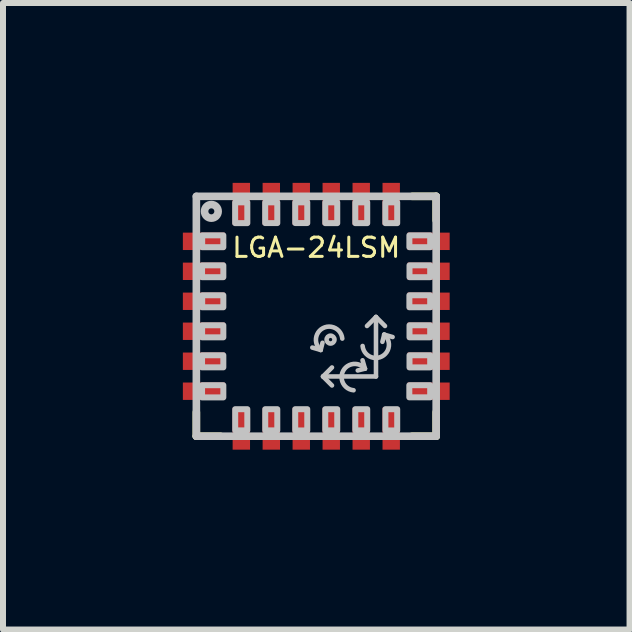
<source format=kicad_pcb>
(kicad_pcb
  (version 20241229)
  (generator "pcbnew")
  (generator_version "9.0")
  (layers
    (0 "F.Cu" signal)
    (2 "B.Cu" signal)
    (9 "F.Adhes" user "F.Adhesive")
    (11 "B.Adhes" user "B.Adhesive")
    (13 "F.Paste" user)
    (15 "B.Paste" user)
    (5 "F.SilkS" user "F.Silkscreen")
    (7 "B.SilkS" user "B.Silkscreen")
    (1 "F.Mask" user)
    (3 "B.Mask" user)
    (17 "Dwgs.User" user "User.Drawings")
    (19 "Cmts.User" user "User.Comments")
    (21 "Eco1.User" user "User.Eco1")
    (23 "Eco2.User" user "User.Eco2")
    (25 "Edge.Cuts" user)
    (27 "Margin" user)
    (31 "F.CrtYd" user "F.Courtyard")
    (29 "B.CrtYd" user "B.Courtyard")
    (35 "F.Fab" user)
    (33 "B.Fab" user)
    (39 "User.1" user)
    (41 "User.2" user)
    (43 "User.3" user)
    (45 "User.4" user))
  (footprint "LGA-24LSM"
    (layer "F.Cu")
    (at 2.225 2.225)
    (property "Reference" "LGA-24LSM" (at 0 -1.145 0) (layer "F.SilkS") (effects (font (size 0.321 0.321) (thickness 0.05))))
    (attr smd)
    (fp_line (start -2 2) (end -2 1.6) (stroke (width 0.127) (type solid)) (layer "F.SilkS"))
    (fp_line (start -2 2) (end -1.6 2) (stroke (width 0.127) (type solid)) (layer "F.SilkS"))
    (fp_line (start 2 -2) (end 1.6 -2) (stroke (width 0.127) (type solid)) (layer "F.SilkS"))
    (fp_line (start 2 -2) (end 2 -1.6) (stroke (width 0.127) (type solid)) (layer "F.SilkS"))
    (fp_line (start 2 2) (end 1.6 2) (stroke (width 0.127) (type solid)) (layer "F.SilkS"))
    (fp_line (start 2 2) (end 2 1.6) (stroke (width 0.127) (type solid)) (layer "F.SilkS"))
    (fp_line (start -2 -2) (end 2 -2) (stroke (width 0.127) (type solid)) (layer "Dwgs.User"))
    (fp_line (start -2 2) (end -2 -2) (stroke (width 0.127) (type solid)) (layer "Dwgs.User"))
    (fp_line (start 0.074 0.562) (end -0.066 0.522) (stroke (width 0.076) (type solid)) (layer "Dwgs.User"))
    (fp_line (start 0.074 0.562) (end 0.104 0.442) (stroke (width 0.076) (type solid)) (layer "Dwgs.User"))
    (fp_line (start 0.112 1.004) (end 0.262 0.854) (stroke (width 0.076) (type solid)) (layer "Dwgs.User"))
    (fp_line (start 0.112 1.004) (end 0.262 1.154) (stroke (width 0.076) (type solid)) (layer "Dwgs.User"))
    (fp_line (start 0.115 1.004) (end 0.996 1.004) (stroke (width 0.076) (type solid)) (layer "Dwgs.User"))
    (fp_line (start 0.812 0.874) (end 0.692 0.904) (stroke (width 0.076) (type solid)) (layer "Dwgs.User"))
    (fp_line (start 0.812 0.874) (end 0.772 0.734) (stroke (width 0.076) (type solid)) (layer "Dwgs.User"))
    (fp_line (start 0.996 0.012) (end 0.846 0.162) (stroke (width 0.076) (type solid)) (layer "Dwgs.User"))
    (fp_line (start 0.996 0.012) (end 0.996 1.004) (stroke (width 0.076) (type solid)) (layer "Dwgs.User"))
    (fp_line (start 0.996 0.012) (end 1.146 0.162) (stroke (width 0.076) (type solid)) (layer "Dwgs.User"))
    (fp_line (start 1.133 0.306) (end 1.103 0.426) (stroke (width 0.076) (type solid)) (layer "Dwgs.User"))
    (fp_line (start 1.133 0.306) (end 1.273 0.346) (stroke (width 0.076) (type solid)) (layer "Dwgs.User"))
    (fp_line (start 2 -2) (end 2 2) (stroke (width 0.127) (type solid)) (layer "Dwgs.User"))
    (fp_line (start 2 2) (end -2 2) (stroke (width 0.127) (type solid)) (layer "Dwgs.User"))
    (fp_arc (start 0.074 0.562) (mid 0.111823 0.197611) (end 0.434 0.372001) (stroke (width 0.0762) (type solid)) (layer "Dwgs.User"))
    (fp_arc (start 0.622001 1.234) (mid 0.447611 0.911823) (end 0.812 0.874) (stroke (width 0.0762) (type solid)) (layer "Dwgs.User"))
    (fp_arc (start 1.1326 0.3056) (mid 1.094777 0.669989) (end 0.7726 0.495599) (stroke (width 0.0762) (type solid)) (layer "Dwgs.User"))
    (fp_circle (center -1.75 -1.75) (end -1.7 -1.75) (stroke (width 0.127) (type solid)) (fill no) (layer "Dwgs.User"))
    (fp_circle (center 0.238 0.389) (end 0.266 0.389) (stroke (width 0.076) (type solid)) (fill no) (layer "Dwgs.User"))
    (fp_poly (pts (xy -1.905 -0.85) (xy -1.55 -0.85) (xy -1.55 -0.652) (xy -1.905 -0.652)) (stroke (width 0.1) (type solid)) (fill no) (layer "Dwgs.User"))
    (fp_poly (pts (xy -1.905 0.65) (xy -1.55 0.65) (xy -1.55 0.852) (xy -1.905 0.852)) (stroke (width 0.1) (type solid)) (fill no) (layer "Dwgs.User"))
    (fp_poly (pts (xy -1.905 1.15) (xy -1.55 1.15) (xy -1.55 1.353) (xy -1.905 1.353)) (stroke (width 0.1) (type solid)) (fill no) (layer "Dwgs.User"))
    (fp_poly (pts (xy -1.904 0.15) (xy -1.55 0.15) (xy -1.55 0.351) (xy -1.904 0.351)) (stroke (width 0.1) (type solid)) (fill no) (layer "Dwgs.User"))
    (fp_poly (pts (xy -1.903 -0.35) (xy -1.55 -0.35) (xy -1.55 -0.15) (xy -1.903 -0.15)) (stroke (width 0.1) (type solid)) (fill no) (layer "Dwgs.User"))
    (fp_poly (pts (xy -1.903 -1.35) (xy -1.55 -1.35) (xy -1.55 -1.152) (xy -1.903 -1.152)) (stroke (width 0.1) (type solid)) (fill no) (layer "Dwgs.User"))
    (fp_poly (pts (xy -1.352 1.55) (xy -1.15 1.55) (xy -1.15 1.903) (xy -1.352 1.903)) (stroke (width 0.1) (type solid)) (fill no) (layer "Dwgs.User"))
    (fp_poly (pts (xy -1.15 -1.553) (xy -1.353 -1.553) (xy -1.353 -1.9) (xy -1.15 -1.9)) (stroke (width 0.1) (type solid)) (fill no) (layer "Dwgs.User"))
    (fp_poly (pts (xy -0.851 1.55) (xy -0.65 1.55) (xy -0.65 1.903) (xy -0.851 1.903)) (stroke (width 0.1) (type solid)) (fill no) (layer "Dwgs.User"))
    (fp_poly (pts (xy -0.65 -1.554) (xy -0.852 -1.554) (xy -0.852 -1.9) (xy -0.65 -1.9)) (stroke (width 0.1) (type solid)) (fill no) (layer "Dwgs.User"))
    (fp_poly (pts (xy -0.351 1.55) (xy -0.15 1.55) (xy -0.15 1.905) (xy -0.351 1.905)) (stroke (width 0.1) (type solid)) (fill no) (layer "Dwgs.User"))
    (fp_poly (pts (xy -0.15 -1.555) (xy -0.351 -1.555) (xy -0.351 -1.9) (xy -0.15 -1.9)) (stroke (width 0.1) (type solid)) (fill no) (layer "Dwgs.User"))
    (fp_poly (pts (xy 0.15 1.55) (xy 0.35 1.55) (xy 0.35 1.904) (xy 0.15 1.904)) (stroke (width 0.1) (type solid)) (fill no) (layer "Dwgs.User"))
    (fp_poly (pts (xy 0.35 -1.553) (xy 0.15 -1.553) (xy 0.15 -1.9) (xy 0.35 -1.9)) (stroke (width 0.1) (type solid)) (fill no) (layer "Dwgs.User"))
    (fp_poly (pts (xy 0.651 1.55) (xy 0.85 1.55) (xy 0.85 1.903) (xy 0.651 1.903)) (stroke (width 0.1) (type solid)) (fill no) (layer "Dwgs.User"))
    (fp_poly (pts (xy 0.85 -1.553) (xy 0.651 -1.553) (xy 0.651 -1.9) (xy 0.85 -1.9)) (stroke (width 0.1) (type solid)) (fill no) (layer "Dwgs.User"))
    (fp_poly (pts (xy 1.153 1.55) (xy 1.35 1.55) (xy 1.35 1.905) (xy 1.153 1.905)) (stroke (width 0.1) (type solid)) (fill no) (layer "Dwgs.User"))
    (fp_poly (pts (xy 1.35 -1.553) (xy 1.152 -1.553) (xy 1.152 -1.9) (xy 1.35 -1.9)) (stroke (width 0.1) (type solid)) (fill no) (layer "Dwgs.User"))
    (fp_poly (pts (xy 1.9 -1.152) (xy 1.553 -1.152) (xy 1.553 -1.35) (xy 1.9 -1.35)) (stroke (width 0.1) (type solid)) (fill no) (layer "Dwgs.User"))
    (fp_poly (pts (xy 1.9 -0.652) (xy 1.555 -0.652) (xy 1.555 -0.85) (xy 1.9 -0.85)) (stroke (width 0.1) (type solid)) (fill no) (layer "Dwgs.User"))
    (fp_poly (pts (xy 1.9 -0.15) (xy 1.553 -0.15) (xy 1.553 -0.35) (xy 1.9 -0.35)) (stroke (width 0.1) (type solid)) (fill no) (layer "Dwgs.User"))
    (fp_poly (pts (xy 1.9 0.351) (xy 1.555 0.351) (xy 1.555 0.15) (xy 1.9 0.15)) (stroke (width 0.1) (type solid)) (fill no) (layer "Dwgs.User"))
    (fp_poly (pts (xy 1.9 0.853) (xy 1.555 0.853) (xy 1.555 0.65) (xy 1.9 0.65)) (stroke (width 0.1) (type solid)) (fill no) (layer "Dwgs.User"))
    (fp_poly (pts (xy 1.9 1.352) (xy 1.552 1.352) (xy 1.552 1.15) (xy 1.9 1.15)) (stroke (width 0.1) (type solid)) (fill no) (layer "Dwgs.User"))
    (fp_text user "Y" (at -0.05 1.001 0) (layer "Edge.Cuts") (effects (font (size 1 1) (thickness 0.05))))
    (fp_text user "X" (at 0.996 -0.166 0) (layer "Edge.Cuts") (effects (font (size 1 1) (thickness 0.05))))
    (fp_text user "Z" (at -0.222 0.149 0) (layer "Edge.Cuts") (effects (font (size 1 1) (thickness 0.05))))
    (pad "1" smd rect (at -1.875 -1.25 90) (size 0.29 0.7) (layers "F.Cu" "F.Mask" "F.Paste"))
    (pad "2" smd rect (at -1.875 -0.75 90) (size 0.29 0.7) (layers "F.Cu" "F.Mask" "F.Paste"))
    (pad "3" smd rect (at -1.875 -0.25 90) (size 0.29 0.7) (layers "F.Cu" "F.Mask" "F.Paste"))
    (pad "4" smd rect (at -1.875 0.25 90) (size 0.29 0.7) (layers "F.Cu" "F.Mask" "F.Paste"))
    (pad "5" smd rect (at -1.875 0.75 90) (size 0.29 0.7) (layers "F.Cu" "F.Mask" "F.Paste"))
    (pad "6" smd rect (at -1.875 1.25 90) (size 0.29 0.7) (layers "F.Cu" "F.Mask" "F.Paste"))
    (pad "7" smd rect (at -1.25 1.875 180) (size 0.29 0.7) (layers "F.Cu" "F.Mask" "F.Paste"))
    (pad "8" smd rect (at -0.75 1.875 180) (size 0.29 0.7) (layers "F.Cu" "F.Mask" "F.Paste"))
    (pad "9" smd rect (at -0.25 1.875 180) (size 0.29 0.7) (layers "F.Cu" "F.Mask" "F.Paste"))
    (pad "10" smd rect (at 0.25 1.875 180) (size 0.29 0.7) (layers "F.Cu" "F.Mask" "F.Paste"))
    (pad "11" smd rect (at 0.75 1.875 180) (size 0.29 0.7) (layers "F.Cu" "F.Mask" "F.Paste"))
    (pad "12" smd rect (at 1.25 1.875 180) (size 0.29 0.7) (layers "F.Cu" "F.Mask" "F.Paste"))
    (pad "13" smd rect (at 1.875 1.25 270) (size 0.29 0.7) (layers "F.Cu" "F.Mask" "F.Paste"))
    (pad "14" smd rect (at 1.875 0.75 270) (size 0.29 0.7) (layers "F.Cu" "F.Mask" "F.Paste"))
    (pad "15" smd rect (at 1.875 0.25 270) (size 0.29 0.7) (layers "F.Cu" "F.Mask" "F.Paste"))
    (pad "16" smd rect (at 1.875 -0.25 270) (size 0.29 0.7) (layers "F.Cu" "F.Mask" "F.Paste"))
    (pad "17" smd rect (at 1.875 -0.75 270) (size 0.29 0.7) (layers "F.Cu" "F.Mask" "F.Paste"))
    (pad "18" smd rect (at 1.875 -1.25 270) (size 0.29 0.7) (layers "F.Cu" "F.Mask" "F.Paste"))
    (pad "19" smd rect (at 1.25 -1.875) (size 0.29 0.7) (layers "F.Cu" "F.Mask" "F.Paste"))
    (pad "20" smd rect (at 0.75 -1.875) (size 0.29 0.7) (layers "F.Cu" "F.Mask" "F.Paste"))
    (pad "21" smd rect (at 0.25 -1.875) (size 0.29 0.7) (layers "F.Cu" "F.Mask" "F.Paste"))
    (pad "22" smd rect (at -0.25 -1.875) (size 0.29 0.7) (layers "F.Cu" "F.Mask" "F.Paste"))
    (pad "23" smd rect (at -0.75 -1.875) (size 0.29 0.7) (layers "F.Cu" "F.Mask" "F.Paste"))
    (pad "24" smd rect (at -1.25 -1.875) (size 0.29 0.7) (layers "F.Cu" "F.Mask" "F.Paste")))
  (gr_rect
    (start -3 -3)
    (end 7.45 7.45)
    (stroke (width 0.1) (type default))
    (fill no)
    (layer "Edge.Cuts")))
</source>
